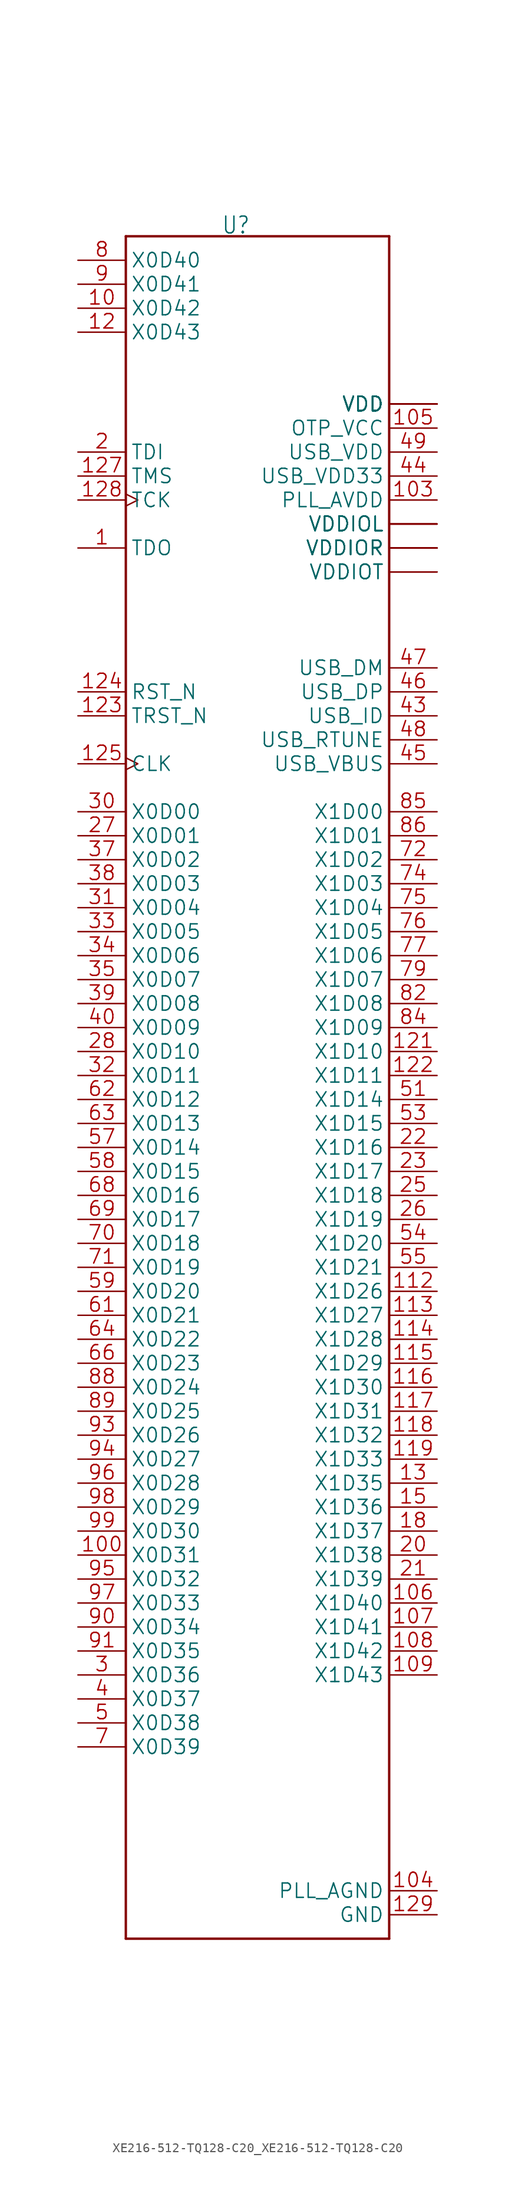
<source format=kicad_sym>
(kicad_symbol_lib
  (version 20241209)
  (generator "kicad_symbol_editor")
  (generator_version "9.0")
  (symbol "XE216-512-TQ128-C20_XE216-512-TQ128-C20"
    (property "Reference" "U"
      (at -2.559 101.733 0)
      (effects (font (size 1.781 1.514)) (justify left bottom)))
    (property "Value" ""
      (at -12.705 -81.312 0)
      (effects (font (size 1.779 1.512)) (justify left bottom)))
    (property "ki_locked" ""
      (at 0 0 0)
      (effects (font (size 1.27 1.27))))
    (symbol "XE216-512-TQ128-C20_XE216-512-TQ128-C20_1_0"
      (polyline (pts (xy -12.7 101.6) (xy 15.24 101.6)) (stroke (width 0.254) (type solid)) (fill (type none)))
      (polyline (pts (xy -12.7 -78.74) (xy -12.7 101.6)) (stroke (width 0.254) (type solid)) (fill (type none)))
      (polyline (pts (xy 15.24 101.6) (xy 15.24 -78.74)) (stroke (width 0.254) (type solid)) (fill (type none)))
      (polyline (pts (xy 15.24 -78.74) (xy -12.7 -78.74)) (stroke (width 0.254) (type solid)) (fill (type none)))
      (pin bidirectional line (at -17.78 99.06 0) (length 5.08) (name "X0D40" (effects (font (size 1.524 1.524)))) (number "8" (effects (font (size 1.524 1.524)))))
      (pin bidirectional line (at -17.78 96.52 0) (length 5.08) (name "X0D41" (effects (font (size 1.524 1.524)))) (number "9" (effects (font (size 1.524 1.524)))))
      (pin bidirectional line (at -17.78 93.98 0) (length 5.08) (name "X0D42" (effects (font (size 1.524 1.524)))) (number "10" (effects (font (size 1.524 1.524)))))
      (pin bidirectional line (at -17.78 91.44 0) (length 5.08) (name "X0D43" (effects (font (size 1.524 1.524)))) (number "12" (effects (font (size 1.524 1.524)))))
      (pin input line (at -17.78 78.74 0) (length 5.08) (name "TDI" (effects (font (size 1.524 1.524)))) (number "2" (effects (font (size 1.524 1.524)))))
      (pin input line (at -17.78 76.2 0) (length 5.08) (name "TMS" (effects (font (size 1.524 1.524)))) (number "127" (effects (font (size 1.524 1.524)))))
      (pin input clock (at -17.78 73.66 0) (length 5.08) (name "TCK" (effects (font (size 1.524 1.524)))) (number "128" (effects (font (size 1.524 1.524)))))
      (pin output line (at -17.78 68.58 0) (length 5.08) (name "TDO" (effects (font (size 1.524 1.524)))) (number "1" (effects (font (size 1.524 1.524)))))
      (pin input line (at -17.78 53.34 0) (length 5.08) (name "RST_N" (effects (font (size 1.524 1.524)))) (number "124" (effects (font (size 1.524 1.524)))))
      (pin input line (at -17.78 50.8 0) (length 5.08) (name "TRST_N" (effects (font (size 1.524 1.524)))) (number "123" (effects (font (size 1.524 1.524)))))
      (pin input clock (at -17.78 45.72 0) (length 5.08) (name "CLK" (effects (font (size 1.524 1.524)))) (number "125" (effects (font (size 1.524 1.524)))))
      (pin bidirectional line (at -17.78 40.64 0) (length 5.08) (name "X0D00" (effects (font (size 1.524 1.524)))) (number "30" (effects (font (size 1.524 1.524)))))
      (pin bidirectional line (at -17.78 38.1 0) (length 5.08) (name "X0D01" (effects (font (size 1.524 1.524)))) (number "27" (effects (font (size 1.524 1.524)))))
      (pin bidirectional line (at -17.78 35.56 0) (length 5.08) (name "X0D02" (effects (font (size 1.524 1.524)))) (number "37" (effects (font (size 1.524 1.524)))))
      (pin bidirectional line (at -17.78 33.02 0) (length 5.08) (name "X0D03" (effects (font (size 1.524 1.524)))) (number "38" (effects (font (size 1.524 1.524)))))
      (pin bidirectional line (at -17.78 30.48 0) (length 5.08) (name "X0D04" (effects (font (size 1.524 1.524)))) (number "31" (effects (font (size 1.524 1.524)))))
      (pin bidirectional line (at -17.78 27.94 0) (length 5.08) (name "X0D05" (effects (font (size 1.524 1.524)))) (number "33" (effects (font (size 1.524 1.524)))))
      (pin bidirectional line (at -17.78 25.4 0) (length 5.08) (name "X0D06" (effects (font (size 1.524 1.524)))) (number "34" (effects (font (size 1.524 1.524)))))
      (pin bidirectional line (at -17.78 22.86 0) (length 5.08) (name "X0D07" (effects (font (size 1.524 1.524)))) (number "35" (effects (font (size 1.524 1.524)))))
      (pin bidirectional line (at -17.78 20.32 0) (length 5.08) (name "X0D08" (effects (font (size 1.524 1.524)))) (number "39" (effects (font (size 1.524 1.524)))))
      (pin bidirectional line (at -17.78 17.78 0) (length 5.08) (name "X0D09" (effects (font (size 1.524 1.524)))) (number "40" (effects (font (size 1.524 1.524)))))
      (pin bidirectional line (at -17.78 15.24 0) (length 5.08) (name "X0D10" (effects (font (size 1.524 1.524)))) (number "28" (effects (font (size 1.524 1.524)))))
      (pin bidirectional line (at -17.78 12.7 0) (length 5.08) (name "X0D11" (effects (font (size 1.524 1.524)))) (number "32" (effects (font (size 1.524 1.524)))))
      (pin bidirectional line (at -17.78 10.16 0) (length 5.08) (name "X0D12" (effects (font (size 1.524 1.524)))) (number "62" (effects (font (size 1.524 1.524)))))
      (pin bidirectional line (at -17.78 7.62 0) (length 5.08) (name "X0D13" (effects (font (size 1.524 1.524)))) (number "63" (effects (font (size 1.524 1.524)))))
      (pin bidirectional line (at -17.78 5.08 0) (length 5.08) (name "X0D14" (effects (font (size 1.524 1.524)))) (number "57" (effects (font (size 1.524 1.524)))))
      (pin bidirectional line (at -17.78 2.54 0) (length 5.08) (name "X0D15" (effects (font (size 1.524 1.524)))) (number "58" (effects (font (size 1.524 1.524)))))
      (pin bidirectional line (at -17.78 0 0) (length 5.08) (name "X0D16" (effects (font (size 1.524 1.524)))) (number "68" (effects (font (size 1.524 1.524)))))
      (pin bidirectional line (at -17.78 -2.54 0) (length 5.08) (name "X0D17" (effects (font (size 1.524 1.524)))) (number "69" (effects (font (size 1.524 1.524)))))
      (pin bidirectional line (at -17.78 -5.08 0) (length 5.08) (name "X0D18" (effects (font (size 1.524 1.524)))) (number "70" (effects (font (size 1.524 1.524)))))
      (pin bidirectional line (at -17.78 -7.62 0) (length 5.08) (name "X0D19" (effects (font (size 1.524 1.524)))) (number "71" (effects (font (size 1.524 1.524)))))
      (pin bidirectional line (at -17.78 -10.16 0) (length 5.08) (name "X0D20" (effects (font (size 1.524 1.524)))) (number "59" (effects (font (size 1.524 1.524)))))
      (pin bidirectional line (at -17.78 -12.7 0) (length 5.08) (name "X0D21" (effects (font (size 1.524 1.524)))) (number "61" (effects (font (size 1.524 1.524)))))
      (pin bidirectional line (at -17.78 -15.24 0) (length 5.08) (name "X0D22" (effects (font (size 1.524 1.524)))) (number "64" (effects (font (size 1.524 1.524)))))
      (pin bidirectional line (at -17.78 -17.78 0) (length 5.08) (name "X0D23" (effects (font (size 1.524 1.524)))) (number "66" (effects (font (size 1.524 1.524)))))
      (pin bidirectional line (at -17.78 -20.32 0) (length 5.08) (name "X0D24" (effects (font (size 1.524 1.524)))) (number "88" (effects (font (size 1.524 1.524)))))
      (pin bidirectional line (at -17.78 -22.86 0) (length 5.08) (name "X0D25" (effects (font (size 1.524 1.524)))) (number "89" (effects (font (size 1.524 1.524)))))
      (pin bidirectional line (at -17.78 -25.4 0) (length 5.08) (name "X0D26" (effects (font (size 1.524 1.524)))) (number "93" (effects (font (size 1.524 1.524)))))
      (pin bidirectional line (at -17.78 -27.94 0) (length 5.08) (name "X0D27" (effects (font (size 1.524 1.524)))) (number "94" (effects (font (size 1.524 1.524)))))
      (pin bidirectional line (at -17.78 -30.48 0) (length 5.08) (name "X0D28" (effects (font (size 1.524 1.524)))) (number "96" (effects (font (size 1.524 1.524)))))
      (pin bidirectional line (at -17.78 -33.02 0) (length 5.08) (name "X0D29" (effects (font (size 1.524 1.524)))) (number "98" (effects (font (size 1.524 1.524)))))
      (pin bidirectional line (at -17.78 -35.56 0) (length 5.08) (name "X0D30" (effects (font (size 1.524 1.524)))) (number "99" (effects (font (size 1.524 1.524)))))
      (pin bidirectional line (at -17.78 -38.1 0) (length 5.08) (name "X0D31" (effects (font (size 1.524 1.524)))) (number "100" (effects (font (size 1.524 1.524)))))
      (pin bidirectional line (at -17.78 -40.64 0) (length 5.08) (name "X0D32" (effects (font (size 1.524 1.524)))) (number "95" (effects (font (size 1.524 1.524)))))
      (pin bidirectional line (at -17.78 -43.18 0) (length 5.08) (name "X0D33" (effects (font (size 1.524 1.524)))) (number "97" (effects (font (size 1.524 1.524)))))
      (pin bidirectional line (at -17.78 -45.72 0) (length 5.08) (name "X0D34" (effects (font (size 1.524 1.524)))) (number "90" (effects (font (size 1.524 1.524)))))
      (pin bidirectional line (at -17.78 -48.26 0) (length 5.08) (name "X0D35" (effects (font (size 1.524 1.524)))) (number "91" (effects (font (size 1.524 1.524)))))
      (pin bidirectional line (at -17.78 -50.8 0) (length 5.08) (name "X0D36" (effects (font (size 1.524 1.524)))) (number "3" (effects (font (size 1.524 1.524)))))
      (pin bidirectional line (at -17.78 -53.34 0) (length 5.08) (name "X0D37" (effects (font (size 1.524 1.524)))) (number "4" (effects (font (size 1.524 1.524)))))
      (pin bidirectional line (at -17.78 -55.88 0) (length 5.08) (name "X0D38" (effects (font (size 1.524 1.524)))) (number "5" (effects (font (size 1.524 1.524)))))
      (pin bidirectional line (at -17.78 -58.42 0) (length 5.08) (name "X0D39" (effects (font (size 1.524 1.524)))) (number "7" (effects (font (size 1.524 1.524)))))
      (pin power_in line (at 20.32 83.82 180) (length 5.08) (name "VDD" (effects (font (size 1.524 1.524)))) (number "101" (effects (font (size 0 0)))))
      (pin power_in line (at 20.32 83.82 180) (length 5.08) (name "VDD" (effects (font (size 1.524 1.524)))) (number "102" (effects (font (size 0 0)))))
      (pin power_in line (at 20.32 83.82 180) (length 5.08) (name "VDD" (effects (font (size 1.524 1.524)))) (number "11" (effects (font (size 0 0)))))
      (pin power_in line (at 20.32 83.82 180) (length 5.08) (name "VDD" (effects (font (size 1.524 1.524)))) (number "120" (effects (font (size 0 0)))))
      (pin power_in line (at 20.32 83.82 180) (length 5.08) (name "VDD" (effects (font (size 1.524 1.524)))) (number "126" (effects (font (size 0 0)))))
      (pin power_in line (at 20.32 83.82 180) (length 5.08) (name "VDD" (effects (font (size 1.524 1.524)))) (number "16" (effects (font (size 0 0)))))
      (pin power_in line (at 20.32 83.82 180) (length 5.08) (name "VDD" (effects (font (size 1.524 1.524)))) (number "17" (effects (font (size 0 0)))))
      (pin power_in line (at 20.32 83.82 180) (length 5.08) (name "VDD" (effects (font (size 1.524 1.524)))) (number "24" (effects (font (size 0 0)))))
      (pin power_in line (at 20.32 83.82 180) (length 5.08) (name "VDD" (effects (font (size 1.524 1.524)))) (number "36" (effects (font (size 0 0)))))
      (pin power_in line (at 20.32 83.82 180) (length 5.08) (name "VDD" (effects (font (size 1.524 1.524)))) (number "41" (effects (font (size 0 0)))))
      (pin power_in line (at 20.32 83.82 180) (length 5.08) (name "VDD" (effects (font (size 1.524 1.524)))) (number "56" (effects (font (size 0 0)))))
      (pin power_in line (at 20.32 83.82 180) (length 5.08) (name "VDD" (effects (font (size 1.524 1.524)))) (number "60" (effects (font (size 0 0)))))
      (pin power_in line (at 20.32 83.82 180) (length 5.08) (name "VDD" (effects (font (size 1.524 1.524)))) (number "73" (effects (font (size 0 0)))))
      (pin power_in line (at 20.32 83.82 180) (length 5.08) (name "VDD" (effects (font (size 1.524 1.524)))) (number "80" (effects (font (size 0 0)))))
      (pin power_in line (at 20.32 83.82 180) (length 5.08) (name "VDD" (effects (font (size 1.524 1.524)))) (number "81" (effects (font (size 0 0)))))
      (pin power_in line (at 20.32 83.82 180) (length 5.08) (name "VDD" (effects (font (size 1.524 1.524)))) (number "87" (effects (font (size 0 0)))))
      (pin power_in line (at 20.32 81.28 180) (length 5.08) (name "OTP_VCC" (effects (font (size 1.524 1.524)))) (number "105" (effects (font (size 1.524 1.524)))))
      (pin power_in line (at 20.32 78.74 180) (length 5.08) (name "USB_VDD" (effects (font (size 1.524 1.524)))) (number "49" (effects (font (size 1.524 1.524)))))
      (pin power_in line (at 20.32 76.2 180) (length 5.08) (name "USB_VDD33" (effects (font (size 1.524 1.524)))) (number "44" (effects (font (size 1.524 1.524)))))
      (pin power_in line (at 20.32 73.66 180) (length 5.08) (name "PLL_AVDD" (effects (font (size 1.524 1.524)))) (number "103" (effects (font (size 1.524 1.524)))))
      (pin power_in line (at 20.32 71.12 180) (length 5.08) (name "VDDIOL" (effects (font (size 1.524 1.524)))) (number "14" (effects (font (size 0 0)))))
      (pin power_in line (at 20.32 71.12 180) (length 5.08) (name "VDDIOL" (effects (font (size 1.524 1.524)))) (number "19" (effects (font (size 0 0)))))
      (pin power_in line (at 20.32 71.12 180) (length 5.08) (name "VDDIOL" (effects (font (size 1.524 1.524)))) (number "29" (effects (font (size 0 0)))))
      (pin power_in line (at 20.32 71.12 180) (length 5.08) (name "VDDIOL" (effects (font (size 1.524 1.524)))) (number "42" (effects (font (size 0 0)))))
      (pin power_in line (at 20.32 71.12 180) (length 5.08) (name "VDDIOL" (effects (font (size 1.524 1.524)))) (number "6" (effects (font (size 0 0)))))
      (pin power_in line (at 20.32 68.58 180) (length 5.08) (name "VDDIOR" (effects (font (size 1.524 1.524)))) (number "52" (effects (font (size 0 0)))))
      (pin power_in line (at 20.32 68.58 180) (length 5.08) (name "VDDIOR" (effects (font (size 1.524 1.524)))) (number "67" (effects (font (size 0 0)))))
      (pin power_in line (at 20.32 68.58 180) (length 5.08) (name "VDDIOR" (effects (font (size 1.524 1.524)))) (number "78" (effects (font (size 0 0)))))
      (pin power_in line (at 20.32 68.58 180) (length 5.08) (name "VDDIOR" (effects (font (size 1.524 1.524)))) (number "83" (effects (font (size 0 0)))))
      (pin power_in line (at 20.32 68.58 180) (length 5.08) (name "VDDIOR" (effects (font (size 1.524 1.524)))) (number "92" (effects (font (size 0 0)))))
      (pin power_in line (at 20.32 66.04 180) (length 5.08) (name "VDDIOT" (effects (font (size 1.524 1.524)))) (number "110" (effects (font (size 0 0)))))
      (pin power_in line (at 20.32 66.04 180) (length 5.08) (name "VDDIOT" (effects (font (size 1.524 1.524)))) (number "111" (effects (font (size 0 0)))))
      (pin bidirectional line (at 20.32 55.88 180) (length 5.08) (name "USB_DM" (effects (font (size 1.524 1.524)))) (number "47" (effects (font (size 1.524 1.524)))))
      (pin bidirectional line (at 20.32 53.34 180) (length 5.08) (name "USB_DP" (effects (font (size 1.524 1.524)))) (number "46" (effects (font (size 1.524 1.524)))))
      (pin bidirectional line (at 20.32 50.8 180) (length 5.08) (name "USB_ID" (effects (font (size 1.524 1.524)))) (number "43" (effects (font (size 1.524 1.524)))))
      (pin bidirectional line (at 20.32 48.26 180) (length 5.08) (name "USB_RTUNE" (effects (font (size 1.524 1.524)))) (number "48" (effects (font (size 1.524 1.524)))))
      (pin bidirectional line (at 20.32 45.72 180) (length 5.08) (name "USB_VBUS" (effects (font (size 1.524 1.524)))) (number "45" (effects (font (size 1.524 1.524)))))
      (pin bidirectional line (at 20.32 40.64 180) (length 5.08) (name "X1D00" (effects (font (size 1.524 1.524)))) (number "85" (effects (font (size 1.524 1.524)))))
      (pin bidirectional line (at 20.32 38.1 180) (length 5.08) (name "X1D01" (effects (font (size 1.524 1.524)))) (number "86" (effects (font (size 1.524 1.524)))))
      (pin bidirectional line (at 20.32 35.56 180) (length 5.08) (name "X1D02" (effects (font (size 1.524 1.524)))) (number "72" (effects (font (size 1.524 1.524)))))
      (pin bidirectional line (at 20.32 33.02 180) (length 5.08) (name "X1D03" (effects (font (size 1.524 1.524)))) (number "74" (effects (font (size 1.524 1.524)))))
      (pin bidirectional line (at 20.32 30.48 180) (length 5.08) (name "X1D04" (effects (font (size 1.524 1.524)))) (number "75" (effects (font (size 1.524 1.524)))))
      (pin bidirectional line (at 20.32 27.94 180) (length 5.08) (name "X1D05" (effects (font (size 1.524 1.524)))) (number "76" (effects (font (size 1.524 1.524)))))
      (pin bidirectional line (at 20.32 25.4 180) (length 5.08) (name "X1D06" (effects (font (size 1.524 1.524)))) (number "77" (effects (font (size 1.524 1.524)))))
      (pin bidirectional line (at 20.32 22.86 180) (length 5.08) (name "X1D07" (effects (font (size 1.524 1.524)))) (number "79" (effects (font (size 1.524 1.524)))))
      (pin bidirectional line (at 20.32 20.32 180) (length 5.08) (name "X1D08" (effects (font (size 1.524 1.524)))) (number "82" (effects (font (size 1.524 1.524)))))
      (pin bidirectional line (at 20.32 17.78 180) (length 5.08) (name "X1D09" (effects (font (size 1.524 1.524)))) (number "84" (effects (font (size 1.524 1.524)))))
      (pin bidirectional line (at 20.32 15.24 180) (length 5.08) (name "X1D10" (effects (font (size 1.524 1.524)))) (number "121" (effects (font (size 1.524 1.524)))))
      (pin bidirectional line (at 20.32 12.7 180) (length 5.08) (name "X1D11" (effects (font (size 1.524 1.524)))) (number "122" (effects (font (size 1.524 1.524)))))
      (pin bidirectional line (at 20.32 10.16 180) (length 5.08) (name "X1D14" (effects (font (size 1.524 1.524)))) (number "51" (effects (font (size 1.524 1.524)))))
      (pin bidirectional line (at 20.32 7.62 180) (length 5.08) (name "X1D15" (effects (font (size 1.524 1.524)))) (number "53" (effects (font (size 1.524 1.524)))))
      (pin bidirectional line (at 20.32 5.08 180) (length 5.08) (name "X1D16" (effects (font (size 1.524 1.524)))) (number "22" (effects (font (size 1.524 1.524)))))
      (pin bidirectional line (at 20.32 2.54 180) (length 5.08) (name "X1D17" (effects (font (size 1.524 1.524)))) (number "23" (effects (font (size 1.524 1.524)))))
      (pin bidirectional line (at 20.32 0 180) (length 5.08) (name "X1D18" (effects (font (size 1.524 1.524)))) (number "25" (effects (font (size 1.524 1.524)))))
      (pin bidirectional line (at 20.32 -2.54 180) (length 5.08) (name "X1D19" (effects (font (size 1.524 1.524)))) (number "26" (effects (font (size 1.524 1.524)))))
      (pin bidirectional line (at 20.32 -5.08 180) (length 5.08) (name "X1D20" (effects (font (size 1.524 1.524)))) (number "54" (effects (font (size 1.524 1.524)))))
      (pin bidirectional line (at 20.32 -7.62 180) (length 5.08) (name "X1D21" (effects (font (size 1.524 1.524)))) (number "55" (effects (font (size 1.524 1.524)))))
      (pin bidirectional line (at 20.32 -10.16 180) (length 5.08) (name "X1D26" (effects (font (size 1.524 1.524)))) (number "112" (effects (font (size 1.524 1.524)))))
      (pin bidirectional line (at 20.32 -12.7 180) (length 5.08) (name "X1D27" (effects (font (size 1.524 1.524)))) (number "113" (effects (font (size 1.524 1.524)))))
      (pin bidirectional line (at 20.32 -15.24 180) (length 5.08) (name "X1D28" (effects (font (size 1.524 1.524)))) (number "114" (effects (font (size 1.524 1.524)))))
      (pin bidirectional line (at 20.32 -17.78 180) (length 5.08) (name "X1D29" (effects (font (size 1.524 1.524)))) (number "115" (effects (font (size 1.524 1.524)))))
      (pin bidirectional line (at 20.32 -20.32 180) (length 5.08) (name "X1D30" (effects (font (size 1.524 1.524)))) (number "116" (effects (font (size 1.524 1.524)))))
      (pin bidirectional line (at 20.32 -22.86 180) (length 5.08) (name "X1D31" (effects (font (size 1.524 1.524)))) (number "117" (effects (font (size 1.524 1.524)))))
      (pin bidirectional line (at 20.32 -25.4 180) (length 5.08) (name "X1D32" (effects (font (size 1.524 1.524)))) (number "118" (effects (font (size 1.524 1.524)))))
      (pin bidirectional line (at 20.32 -27.94 180) (length 5.08) (name "X1D33" (effects (font (size 1.524 1.524)))) (number "119" (effects (font (size 1.524 1.524)))))
      (pin bidirectional line (at 20.32 -30.48 180) (length 5.08) (name "X1D35" (effects (font (size 1.524 1.524)))) (number "13" (effects (font (size 1.524 1.524)))))
      (pin bidirectional line (at 20.32 -33.02 180) (length 5.08) (name "X1D36" (effects (font (size 1.524 1.524)))) (number "15" (effects (font (size 1.524 1.524)))))
      (pin bidirectional line (at 20.32 -35.56 180) (length 5.08) (name "X1D37" (effects (font (size 1.524 1.524)))) (number "18" (effects (font (size 1.524 1.524)))))
      (pin bidirectional line (at 20.32 -38.1 180) (length 5.08) (name "X1D38" (effects (font (size 1.524 1.524)))) (number "20" (effects (font (size 1.524 1.524)))))
      (pin bidirectional line (at 20.32 -40.64 180) (length 5.08) (name "X1D39" (effects (font (size 1.524 1.524)))) (number "21" (effects (font (size 1.524 1.524)))))
      (pin bidirectional line (at 20.32 -43.18 180) (length 5.08) (name "X1D40" (effects (font (size 1.524 1.524)))) (number "106" (effects (font (size 1.524 1.524)))))
      (pin bidirectional line (at 20.32 -45.72 180) (length 5.08) (name "X1D41" (effects (font (size 1.524 1.524)))) (number "107" (effects (font (size 1.524 1.524)))))
      (pin bidirectional line (at 20.32 -48.26 180) (length 5.08) (name "X1D42" (effects (font (size 1.524 1.524)))) (number "108" (effects (font (size 1.524 1.524)))))
      (pin bidirectional line (at 20.32 -50.8 180) (length 5.08) (name "X1D43" (effects (font (size 1.524 1.524)))) (number "109" (effects (font (size 1.524 1.524)))))
      (pin power_in line (at 20.32 -73.66 180) (length 5.08) (name "PLL_AGND" (effects (font (size 1.524 1.524)))) (number "104" (effects (font (size 1.524 1.524)))))
      (pin power_in line (at 20.32 -76.2 180) (length 5.08) (name "GND" (effects (font (size 1.524 1.524)))) (number "129" (effects (font (size 1.524 1.524))))))))
</source>
